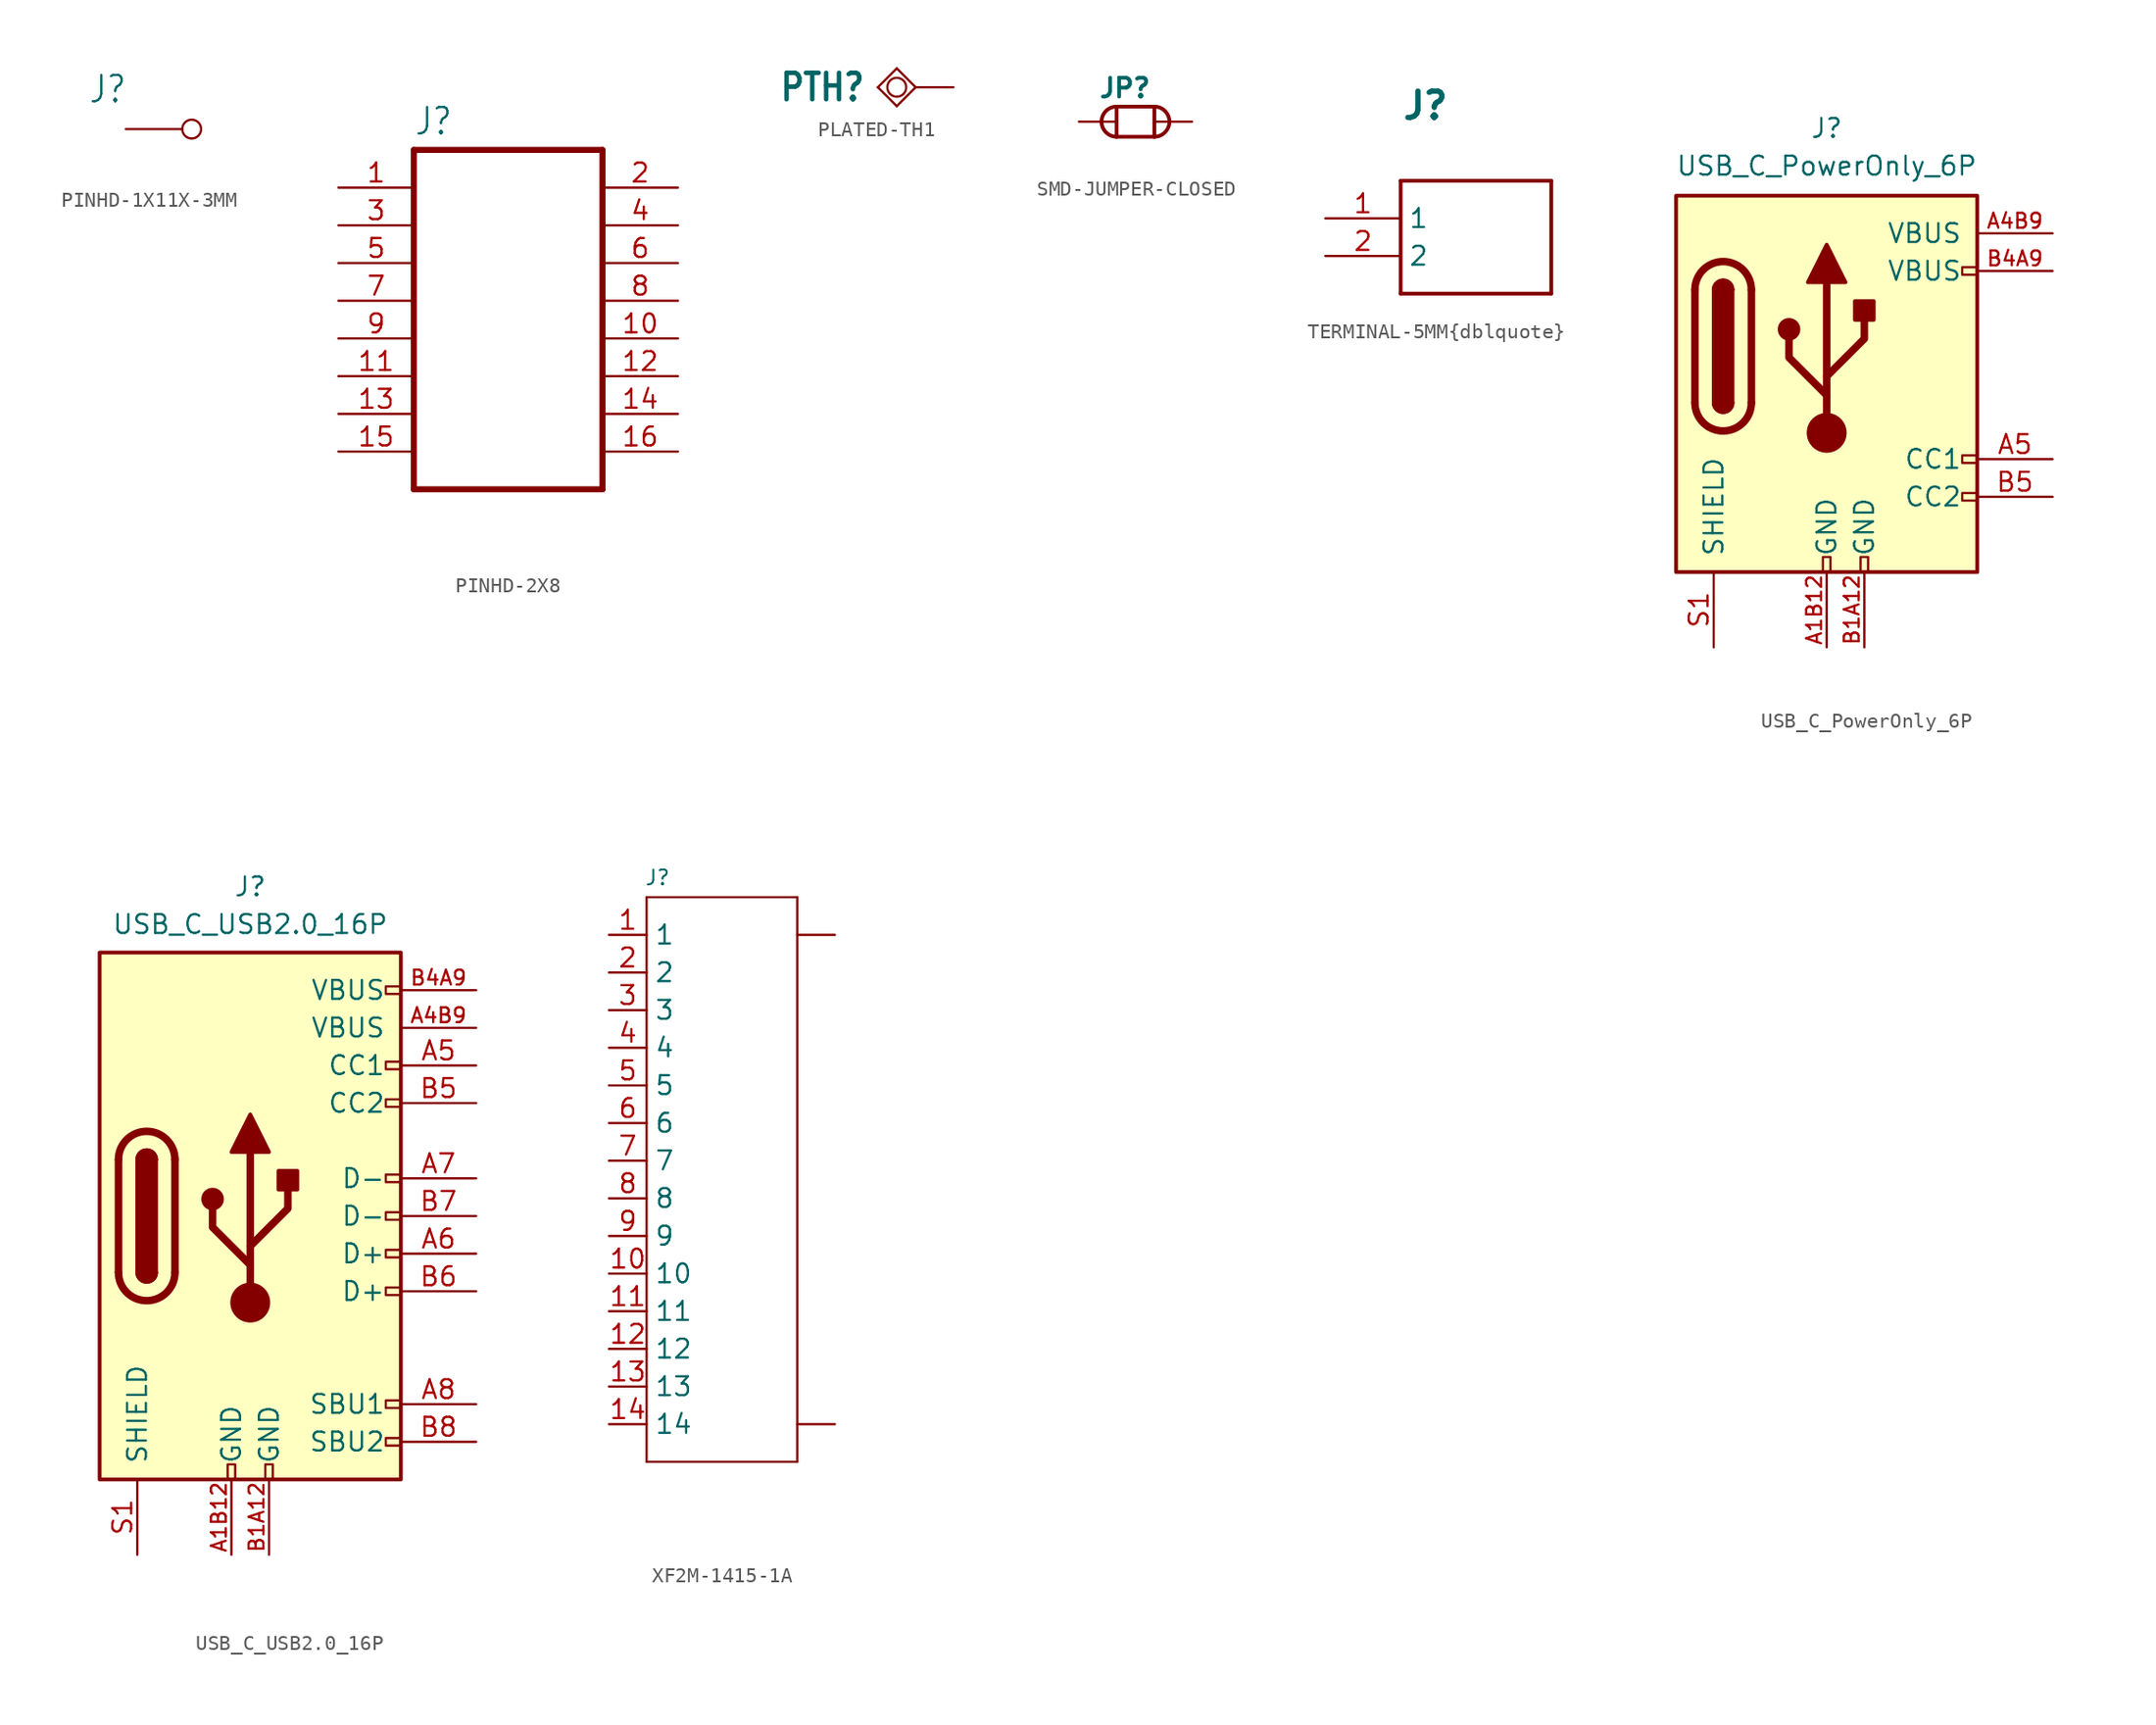
<source format=kicad_sym>
(kicad_symbol_lib
  (version 20241209)
  (generator "kicad_symbol_editor")
  (generator_version "9.0")
  (symbol "PINHD-1X11X-3MM"
    (property "Reference" "J"
      (at 0 1.651 0)
      (effects (font (size 1.778 1.511)) (justify left bottom)))
    (property "Value" ""
      (at 0 -3.048 0)
      (effects (font (size 1.778 1.511)) (justify left bottom)))
    (property "ki_locked" ""
      (at 0 0 0)
      (effects (font (size 1.27 1.27))))
    (symbol "PINHD-1X11X-3MM_1_0"
      (pin passive inverted (at 2.54 0 0) (length 5.08) (name "1" (effects (font (size 0 0)))) (number "P$1" (effects (font (size 0 0)))))))
  (symbol "PINHD-2X8"
    (property "Reference" "J"
      (at 0 0.889 0)
      (effects (font (size 1.778 1.511)) (justify left bottom)))
    (property "Value" ""
      (at 0 -25.4 0)
      (effects (font (size 1.778 1.511)) (justify left bottom)))
    (property "ki_locked" ""
      (at 0 0 0)
      (effects (font (size 1.27 1.27))))
    (symbol "PINHD-2X8_1_0"
      (polyline (pts (xy 0 0) (xy 0 -22.86)) (stroke (width 0.406) (type solid)) (fill (type none)))
      (polyline (pts (xy 0 -22.86) (xy 12.7 -22.86)) (stroke (width 0.406) (type solid)) (fill (type none)))
      (polyline (pts (xy 12.7 0) (xy 0 0)) (stroke (width 0.406) (type solid)) (fill (type none)))
      (polyline (pts (xy 12.7 -22.86) (xy 12.7 0)) (stroke (width 0.406) (type solid)) (fill (type none)))
      (pin passive line (at -5.08 -2.54 0) (length 5.08) (name "1" (effects (font (size 0 0)))) (number "1" (effects (font (size 1.27 1.27)))))
      (pin passive line (at -5.08 -5.08 0) (length 5.08) (name "3" (effects (font (size 0 0)))) (number "3" (effects (font (size 1.27 1.27)))))
      (pin passive line (at -5.08 -7.62 0) (length 5.08) (name "5" (effects (font (size 0 0)))) (number "5" (effects (font (size 1.27 1.27)))))
      (pin passive line (at -5.08 -10.16 0) (length 5.08) (name "7" (effects (font (size 0 0)))) (number "7" (effects (font (size 1.27 1.27)))))
      (pin passive line (at -5.08 -12.7 0) (length 5.08) (name "9" (effects (font (size 0 0)))) (number "9" (effects (font (size 1.27 1.27)))))
      (pin passive line (at -5.08 -15.24 0) (length 5.08) (name "11" (effects (font (size 0 0)))) (number "11" (effects (font (size 1.27 1.27)))))
      (pin passive line (at -5.08 -17.78 0) (length 5.08) (name "13" (effects (font (size 0 0)))) (number "13" (effects (font (size 1.27 1.27)))))
      (pin passive line (at -5.08 -20.32 0) (length 5.08) (name "15" (effects (font (size 0 0)))) (number "15" (effects (font (size 1.27 1.27)))))
      (pin passive line (at 17.78 -2.54 180) (length 5.08) (name "2" (effects (font (size 0 0)))) (number "2" (effects (font (size 1.27 1.27)))))
      (pin passive line (at 17.78 -5.08 180) (length 5.08) (name "4" (effects (font (size 0 0)))) (number "4" (effects (font (size 1.27 1.27)))))
      (pin passive line (at 17.78 -7.62 180) (length 5.08) (name "6" (effects (font (size 0 0)))) (number "6" (effects (font (size 1.27 1.27)))))
      (pin passive line (at 17.78 -10.16 180) (length 5.08) (name "8" (effects (font (size 0 0)))) (number "8" (effects (font (size 1.27 1.27)))))
      (pin passive line (at 17.78 -12.7 180) (length 5.08) (name "10" (effects (font (size 0 0)))) (number "10" (effects (font (size 1.27 1.27)))))
      (pin passive line (at 17.78 -15.24 180) (length 5.08) (name "12" (effects (font (size 0 0)))) (number "12" (effects (font (size 1.27 1.27)))))
      (pin passive line (at 17.78 -17.78 180) (length 5.08) (name "14" (effects (font (size 0 0)))) (number "14" (effects (font (size 1.27 1.27)))))
      (pin passive line (at 17.78 -20.32 180) (length 5.08) (name "16" (effects (font (size 0 0)))) (number "16" (effects (font (size 1.27 1.27)))))))
  (symbol "PLATED-TH1"
    (property "Reference" "PTH"
      (at -3.302 0 0)
      (effects (font (size 1.778 1.511) (thickness 0.302) (bold yes)) (justify right)))
    (property "ki_locked" ""
      (at 0 0 0)
      (effects (font (size 1.27 1.27))))
    (symbol "PLATED-TH1_1_0"
      (polyline (pts (xy -2.54 0) (xy -1.27 -1.27)) (stroke (width 0.152) (type solid)) (fill (type none)))
      (polyline (pts (xy -1.27 1.27) (xy -2.54 0)) (stroke (width 0.152) (type solid)) (fill (type none)))
      (circle (center -1.27 0) (radius 0.635) (stroke (width 0.152) (type solid)) (fill (type none)))
      (polyline (pts (xy -1.27 -1.27) (xy 0 0)) (stroke (width 0.152) (type solid)) (fill (type none)))
      (polyline (pts (xy 0 0) (xy -1.27 1.27)) (stroke (width 0.152) (type solid)) (fill (type none)))
      (pin input line (at 2.54 0 180) (length 2.54) (name "TP" (effects (font (size 0 0)))) (number "P$1" (effects (font (size 0 0)))))))
  (symbol "SMD-JUMPER-CLOSED"
    (property "Reference" "JP"
      (at -2.54 1.524 0)
      (effects (font (size 1.27 1.27) (thickness 0.254) (bold yes)) (justify left bottom)))
    (property "Value" ""
      (at -2.54 -2.794 0)
      (effects (font (size 1.27 1.27) (thickness 0.254) (bold yes)) (justify left bottom)))
    (property "ki_locked" ""
      (at 0 0 0)
      (effects (font (size 1.27 1.27))))
    (symbol "SMD-JUMPER-CLOSED_1_0"
      (polyline (pts (xy -1.27 1.016) (xy 1.27 1.016)) (stroke (width 0.254) (type solid)) (fill (type none)))
      (arc (start -1.27 -1.016) (mid -2.286 0) (end -1.27 1.016) (stroke (width 0.254) (type solid)) (fill (type none)))
      (polyline (pts (xy -1.27 -1.016) (xy -1.27 1.016)) (stroke (width 0.254) (type solid)) (fill (type none)))
      (polyline (pts (xy 1.27 1.016) (xy 1.27 -1.016)) (stroke (width 0.254) (type solid)) (fill (type none)))
      (arc (start 1.27 1.016) (mid 2.286 0) (end 1.27 -1.016) (stroke (width 0.254) (type solid)) (fill (type none)))
      (polyline (pts (xy 1.27 -1.016) (xy -1.27 -1.016)) (stroke (width 0.254) (type solid)) (fill (type none)))
      (pin bidirectional line (at -3.81 0 0) (length 2.54) (name "P$1" (effects (font (size 0 0)))) (number "P$1" (effects (font (size 0 0)))))
      (pin bidirectional line (at 3.81 0 180) (length 2.54) (name "P$2" (effects (font (size 0 0)))) (number "P$2" (effects (font (size 0 0)))))))
  (symbol "TERMINAL-5MM{dblquote}"
    (property "Reference" "J"
      (at 5.08 7.62 0)
      (effects (font (size 1.778 1.778) (thickness 0.356) (bold yes)) (justify left)))
    (property "Value" ""
      (at 5.08 5.08 0)
      (effects (font (size 1.778 1.778) (thickness 0.356) (bold yes)) (justify left)))
    (property "ki_locked" ""
      (at 0 0 0)
      (effects (font (size 1.27 1.27))))
    (symbol "TERMINAL-5MM{dblquote}_1_0"
      (polyline (pts (xy 5.08 2.54) (xy 5.08 -5.08)) (stroke (width 0.254) (type solid)) (fill (type none)))
      (polyline (pts (xy 5.08 2.54) (xy 15.24 2.54)) (stroke (width 0.254) (type solid)) (fill (type none)))
      (polyline (pts (xy 15.24 -5.08) (xy 5.08 -5.08)) (stroke (width 0.254) (type solid)) (fill (type none)))
      (polyline (pts (xy 15.24 -5.08) (xy 15.24 2.54)) (stroke (width 0.254) (type solid)) (fill (type none)))
      (pin bidirectional line (at 0 0 0) (length 5.08) (name "1" (effects (font (size 1.27 1.27)))) (number "1" (effects (font (size 1.27 1.27)))))
      (pin bidirectional line (at 0 -2.54 0) (length 5.08) (name "2" (effects (font (size 1.27 1.27)))) (number "2" (effects (font (size 1.27 1.27)))))))
  (symbol "USB_C_PowerOnly_6P"
    (pin_names
      (offset 1.016))
    (property "Reference" "J"
      (at 0 16.51 0)
      (effects (font (size 1.27 1.27)) (justify bottom)))
    (property "Value" "USB_C_PowerOnly_6P"
      (at 0 13.97 0)
      (effects (font (size 1.27 1.27)) (justify bottom)))
    (symbol "USB_C_PowerOnly_6P_0_0"
      (rectangle (start -0.254 -12.7) (end 0.254 -11.684) (stroke (width 0) (type default)) (fill (type none)))
      (rectangle (start 2.286 -12.7) (end 2.794 -11.684) (stroke (width 0) (type default)) (fill (type none)))
      (rectangle (start 10.16 7.874) (end 9.144 7.366) (stroke (width 0) (type default)) (fill (type none)))
      (rectangle (start 10.16 -4.826) (end 9.144 -5.334) (stroke (width 0) (type default)) (fill (type none)))
      (rectangle (start 10.16 -7.366) (end 9.144 -7.874) (stroke (width 0) (type default)) (fill (type none))))
    (symbol "USB_C_PowerOnly_6P_0_1"
      (rectangle (start -10.16 12.7) (end 10.16 -12.7) (stroke (width 0.254) (type default)) (fill (type background)))
      (polyline (pts (xy -8.89 -1.27) (xy -8.89 6.35)) (stroke (width 0.508) (type default)) (fill (type none)))
      (rectangle (start -7.62 -1.27) (end -6.35 6.35) (stroke (width 0.254) (type default)) (fill (type outline)))
      (arc (start -7.62 6.35) (mid -6.985 6.9823) (end -6.35 6.35) (stroke (width 0.254) (type default)) (fill (type none)))
      (arc (start -7.62 6.35) (mid -6.985 6.9823) (end -6.35 6.35) (stroke (width 0.254) (type default)) (fill (type outline)))
      (arc (start -8.89 6.35) (mid -6.985 8.2467) (end -5.08 6.35) (stroke (width 0.508) (type default)) (fill (type none)))
      (arc (start -5.08 -1.27) (mid -6.985 -3.1667) (end -8.89 -1.27) (stroke (width 0.508) (type default)) (fill (type none)))
      (arc (start -6.35 -1.27) (mid -6.985 -1.9023) (end -7.62 -1.27) (stroke (width 0.254) (type default)) (fill (type none)))
      (arc (start -6.35 -1.27) (mid -6.985 -1.9023) (end -7.62 -1.27) (stroke (width 0.254) (type default)) (fill (type outline)))
      (polyline (pts (xy -5.08 6.35) (xy -5.08 -1.27)) (stroke (width 0.508) (type default)) (fill (type none)))
      (circle (center -2.54 3.683) (radius 0.635) (stroke (width 0.254) (type default)) (fill (type outline)))
      (polyline (pts (xy -1.27 6.858) (xy 0 9.398) (xy 1.27 6.858) (xy -1.27 6.858)) (stroke (width 0.254) (type default)) (fill (type outline)))
      (polyline (pts (xy 0 0.508) (xy 2.54 3.048) (xy 2.54 4.318)) (stroke (width 0.508) (type default)) (fill (type none)))
      (polyline (pts (xy 0 -0.762) (xy -2.54 1.778) (xy -2.54 3.048)) (stroke (width 0.508) (type default)) (fill (type none)))
      (polyline (pts (xy 0 -3.302) (xy 0 6.858)) (stroke (width 0.508) (type default)) (fill (type none)))
      (circle (center 0 -3.302) (radius 1.27) (stroke (width 0) (type default)) (fill (type outline)))
      (rectangle (start 1.905 4.318) (end 3.175 5.588) (stroke (width 0.254) (type default)) (fill (type outline))))
    (symbol "USB_C_PowerOnly_6P_1_1"
      (pin passive line (at -7.62 -17.78 90) (length 5.08) (name "SHIELD" (effects (font (size 1.27 1.27)))) (number "S1" (effects (font (size 1.27 1.27)))))
      (pin passive line (at 0 -17.78 90) (length 5.08) (name "GND" (effects (font (size 1.27 1.27)))) (number "A1B12" (effects (font (size 1 1)))))
      (pin passive line (at 2.54 -17.78 90) (length 5.08) (name "GND" (effects (font (size 1.27 1.27)))) (number "B1A12" (effects (font (size 1 1)))))
      (pin passive line (at 15.24 10.16 180) (length 5.08) (name "VBUS" (effects (font (size 1.27 1.27)))) (number "A4B9" (effects (font (size 1 1)))))
      (pin passive line (at 15.24 7.62 180) (length 5.08) (name "VBUS" (effects (font (size 1.27 1.27)))) (number "B4A9" (effects (font (size 1 1)))))
      (pin bidirectional line (at 15.24 -5.08 180) (length 5.08) (name "CC1" (effects (font (size 1.27 1.27)))) (number "A5" (effects (font (size 1.27 1.27)))))
      (pin bidirectional line (at 15.24 -7.62 180) (length 5.08) (name "CC2" (effects (font (size 1.27 1.27)))) (number "B5" (effects (font (size 1.27 1.27)))))))
  (symbol "USB_C_USB2.0_16P"
    (pin_names
      (offset 1.016))
    (property "Reference" "J"
      (at 0 22.225 0)
      (effects (font (size 1.27 1.27))))
    (property "Value" "USB_C_USB2.0_16P"
      (at 0 19.685 0)
      (effects (font (size 1.27 1.27))))
    (symbol "USB_C_USB2.0_16P_0_0"
      (rectangle (start -1.524 -16.764) (end -1.016 -17.78) (stroke (width 0) (type default)) (fill (type none)))
      (rectangle (start 1.016 -16.764) (end 1.524 -17.78) (stroke (width 0) (type default)) (fill (type none)))
      (rectangle (start 10.16 15.494) (end 9.144 14.986) (stroke (width 0) (type default)) (fill (type none)))
      (rectangle (start 10.16 10.414) (end 9.144 9.906) (stroke (width 0) (type default)) (fill (type none)))
      (rectangle (start 10.16 7.874) (end 9.144 7.366) (stroke (width 0) (type default)) (fill (type none)))
      (rectangle (start 10.16 2.794) (end 9.144 2.286) (stroke (width 0) (type default)) (fill (type none)))
      (rectangle (start 10.16 0.254) (end 9.144 -0.254) (stroke (width 0) (type default)) (fill (type none)))
      (rectangle (start 10.16 -2.286) (end 9.144 -2.794) (stroke (width 0) (type default)) (fill (type none)))
      (rectangle (start 10.16 -4.826) (end 9.144 -5.334) (stroke (width 0) (type default)) (fill (type none)))
      (rectangle (start 10.16 -12.446) (end 9.144 -12.954) (stroke (width 0) (type default)) (fill (type none)))
      (rectangle (start 10.16 -14.986) (end 9.144 -15.494) (stroke (width 0) (type default)) (fill (type none))))
    (symbol "USB_C_USB2.0_16P_0_1"
      (rectangle (start -10.16 17.78) (end 10.16 -17.78) (stroke (width 0.254) (type default)) (fill (type background)))
      (polyline (pts (xy -8.89 -3.81) (xy -8.89 3.81)) (stroke (width 0.508) (type default)) (fill (type none)))
      (rectangle (start -7.62 -3.81) (end -6.35 3.81) (stroke (width 0.254) (type default)) (fill (type outline)))
      (arc (start -7.62 3.81) (mid -6.985 4.4423) (end -6.35 3.81) (stroke (width 0.254) (type default)) (fill (type none)))
      (arc (start -7.62 3.81) (mid -6.985 4.4423) (end -6.35 3.81) (stroke (width 0.254) (type default)) (fill (type outline)))
      (arc (start -8.89 3.81) (mid -6.985 5.7067) (end -5.08 3.81) (stroke (width 0.508) (type default)) (fill (type none)))
      (arc (start -5.08 -3.81) (mid -6.985 -5.7067) (end -8.89 -3.81) (stroke (width 0.508) (type default)) (fill (type none)))
      (arc (start -6.35 -3.81) (mid -6.985 -4.4423) (end -7.62 -3.81) (stroke (width 0.254) (type default)) (fill (type none)))
      (arc (start -6.35 -3.81) (mid -6.985 -4.4423) (end -7.62 -3.81) (stroke (width 0.254) (type default)) (fill (type outline)))
      (polyline (pts (xy -5.08 3.81) (xy -5.08 -3.81)) (stroke (width 0.508) (type default)) (fill (type none)))
      (circle (center -2.54 1.143) (radius 0.635) (stroke (width 0.254) (type default)) (fill (type outline)))
      (polyline (pts (xy -1.27 4.318) (xy 0 6.858) (xy 1.27 4.318) (xy -1.27 4.318)) (stroke (width 0.254) (type default)) (fill (type outline)))
      (polyline (pts (xy 0 -2.032) (xy 2.54 0.508) (xy 2.54 1.778)) (stroke (width 0.508) (type default)) (fill (type none)))
      (polyline (pts (xy 0 -3.302) (xy -2.54 -0.762) (xy -2.54 0.508)) (stroke (width 0.508) (type default)) (fill (type none)))
      (polyline (pts (xy 0 -5.842) (xy 0 4.318)) (stroke (width 0.508) (type default)) (fill (type none)))
      (circle (center 0 -5.842) (radius 1.27) (stroke (width 0) (type default)) (fill (type outline)))
      (rectangle (start 1.905 1.778) (end 3.175 3.048) (stroke (width 0.254) (type default)) (fill (type outline))))
    (symbol "USB_C_USB2.0_16P_1_1"
      (pin passive line (at -7.62 -22.86 90) (length 5.08) (name "SHIELD" (effects (font (size 1.27 1.27)))) (number "S1" (effects (font (size 1.27 1.27)))))
      (pin passive line (at -1.27 -22.86 90) (length 5.08) (name "GND" (effects (font (size 1.27 1.27)))) (number "A1B12" (effects (font (size 1 1)))))
      (pin passive line (at 1.27 -22.86 90) (length 5.08) (name "GND" (effects (font (size 1.27 1.27)))) (number "B1A12" (effects (font (size 1 1)))))
      (pin power_out line (at 15.24 15.24 180) (length 5.08) (name "VBUS" (effects (font (size 1.27 1.27)))) (number "B4A9" (effects (font (size 1 1)))))
      (pin passive line (at 15.24 12.7 180) (length 5.08) (name "VBUS" (effects (font (size 1.27 1.27)))) (number "A4B9" (effects (font (size 1 1)))))
      (pin bidirectional line (at 15.24 10.16 180) (length 5.08) (name "CC1" (effects (font (size 1.27 1.27)))) (number "A5" (effects (font (size 1.27 1.27)))))
      (pin bidirectional line (at 15.24 7.62 180) (length 5.08) (name "CC2" (effects (font (size 1.27 1.27)))) (number "B5" (effects (font (size 1.27 1.27)))))
      (pin bidirectional line (at 15.24 2.54 180) (length 5.08) (name "D-" (effects (font (size 1.27 1.27)))) (number "A7" (effects (font (size 1.27 1.27)))))
      (pin bidirectional line (at 15.24 0 180) (length 5.08) (name "D-" (effects (font (size 1.27 1.27)))) (number "B7" (effects (font (size 1.27 1.27)))))
      (pin bidirectional line (at 15.24 -2.54 180) (length 5.08) (name "D+" (effects (font (size 1.27 1.27)))) (number "A6" (effects (font (size 1.27 1.27)))))
      (pin bidirectional line (at 15.24 -5.08 180) (length 5.08) (name "D+" (effects (font (size 1.27 1.27)))) (number "B6" (effects (font (size 1.27 1.27)))))
      (pin bidirectional line (at 15.24 -12.7 180) (length 5.08) (name "SBU1" (effects (font (size 1.27 1.27)))) (number "A8" (effects (font (size 1.27 1.27)))))
      (pin bidirectional line (at 15.24 -15.24 180) (length 5.08) (name "SBU2" (effects (font (size 1.27 1.27)))) (number "B8" (effects (font (size 1.27 1.27)))))))
  (symbol "XF2M-1415-1A"
    (property "Reference" "J"
      (at -5.233 18.517 0)
      (effects (font (size 1 1) (thickness 0.125)) (justify left bottom)))
    (property "Value" ""
      (at -5.111 -22.631 0)
      (effects (font (size 1.778 1.511) (thickness 0.302) (bold yes)) (justify left bottom)))
    (symbol "XF2M-1415-1A_1_0"
      (polyline (pts (xy -5.08 17.78) (xy -5.08 -20.32)) (stroke (width 0.152) (type solid)) (fill (type none)))
      (polyline (pts (xy -5.08 -20.32) (xy 5.08 -20.32)) (stroke (width 0.152) (type solid)) (fill (type none)))
      (polyline (pts (xy 5.08 17.78) (xy -5.08 17.78)) (stroke (width 0.152) (type solid)) (fill (type none)))
      (polyline (pts (xy 5.08 -20.32) (xy 5.08 17.78)) (stroke (width 0.152) (type solid)) (fill (type none)))
      (pin passive line (at -7.62 15.24 0) (length 2.54) (name "1" (effects (font (size 1.27 1.27)))) (number "1" (effects (font (size 1.27 1.27)))))
      (pin passive line (at -7.62 12.7 0) (length 2.54) (name "2" (effects (font (size 1.27 1.27)))) (number "2" (effects (font (size 1.27 1.27)))))
      (pin passive line (at -7.62 10.16 0) (length 2.54) (name "3" (effects (font (size 1.27 1.27)))) (number "3" (effects (font (size 1.27 1.27)))))
      (pin passive line (at -7.62 7.62 0) (length 2.54) (name "4" (effects (font (size 1.27 1.27)))) (number "4" (effects (font (size 1.27 1.27)))))
      (pin passive line (at -7.62 5.08 0) (length 2.54) (name "5" (effects (font (size 1.27 1.27)))) (number "5" (effects (font (size 1.27 1.27)))))
      (pin passive line (at -7.62 2.54 0) (length 2.54) (name "6" (effects (font (size 1.27 1.27)))) (number "6" (effects (font (size 1.27 1.27)))))
      (pin passive line (at -7.62 0 0) (length 2.54) (name "7" (effects (font (size 1.27 1.27)))) (number "7" (effects (font (size 1.27 1.27)))))
      (pin passive line (at -7.62 -2.54 0) (length 2.54) (name "8" (effects (font (size 1.27 1.27)))) (number "8" (effects (font (size 1.27 1.27)))))
      (pin passive line (at -7.62 -5.08 0) (length 2.54) (name "9" (effects (font (size 1.27 1.27)))) (number "9" (effects (font (size 1.27 1.27)))))
      (pin passive line (at -7.62 -7.62 0) (length 2.54) (name "10" (effects (font (size 1.27 1.27)))) (number "10" (effects (font (size 1.27 1.27)))))
      (pin passive line (at -7.62 -10.16 0) (length 2.54) (name "11" (effects (font (size 1.27 1.27)))) (number "11" (effects (font (size 1.27 1.27)))))
      (pin passive line (at -7.62 -12.7 0) (length 2.54) (name "12" (effects (font (size 1.27 1.27)))) (number "12" (effects (font (size 1.27 1.27)))))
      (pin passive line (at -7.62 -15.24 0) (length 2.54) (name "13" (effects (font (size 1.27 1.27)))) (number "13" (effects (font (size 1.27 1.27)))))
      (pin passive line (at -7.62 -17.78 0) (length 2.54) (name "14" (effects (font (size 1.27 1.27)))) (number "14" (effects (font (size 1.27 1.27)))))
      (pin passive line (at 7.62 15.24 180) (length 2.54) (name "0" (effects (font (size 0 0)))) (number "0" (effects (font (size 0 0)))))
      (pin passive line (at 7.62 -17.78 180) (length 2.54) (name "15" (effects (font (size 0 0)))) (number "15" (effects (font (size 0 0))))))))
</source>
